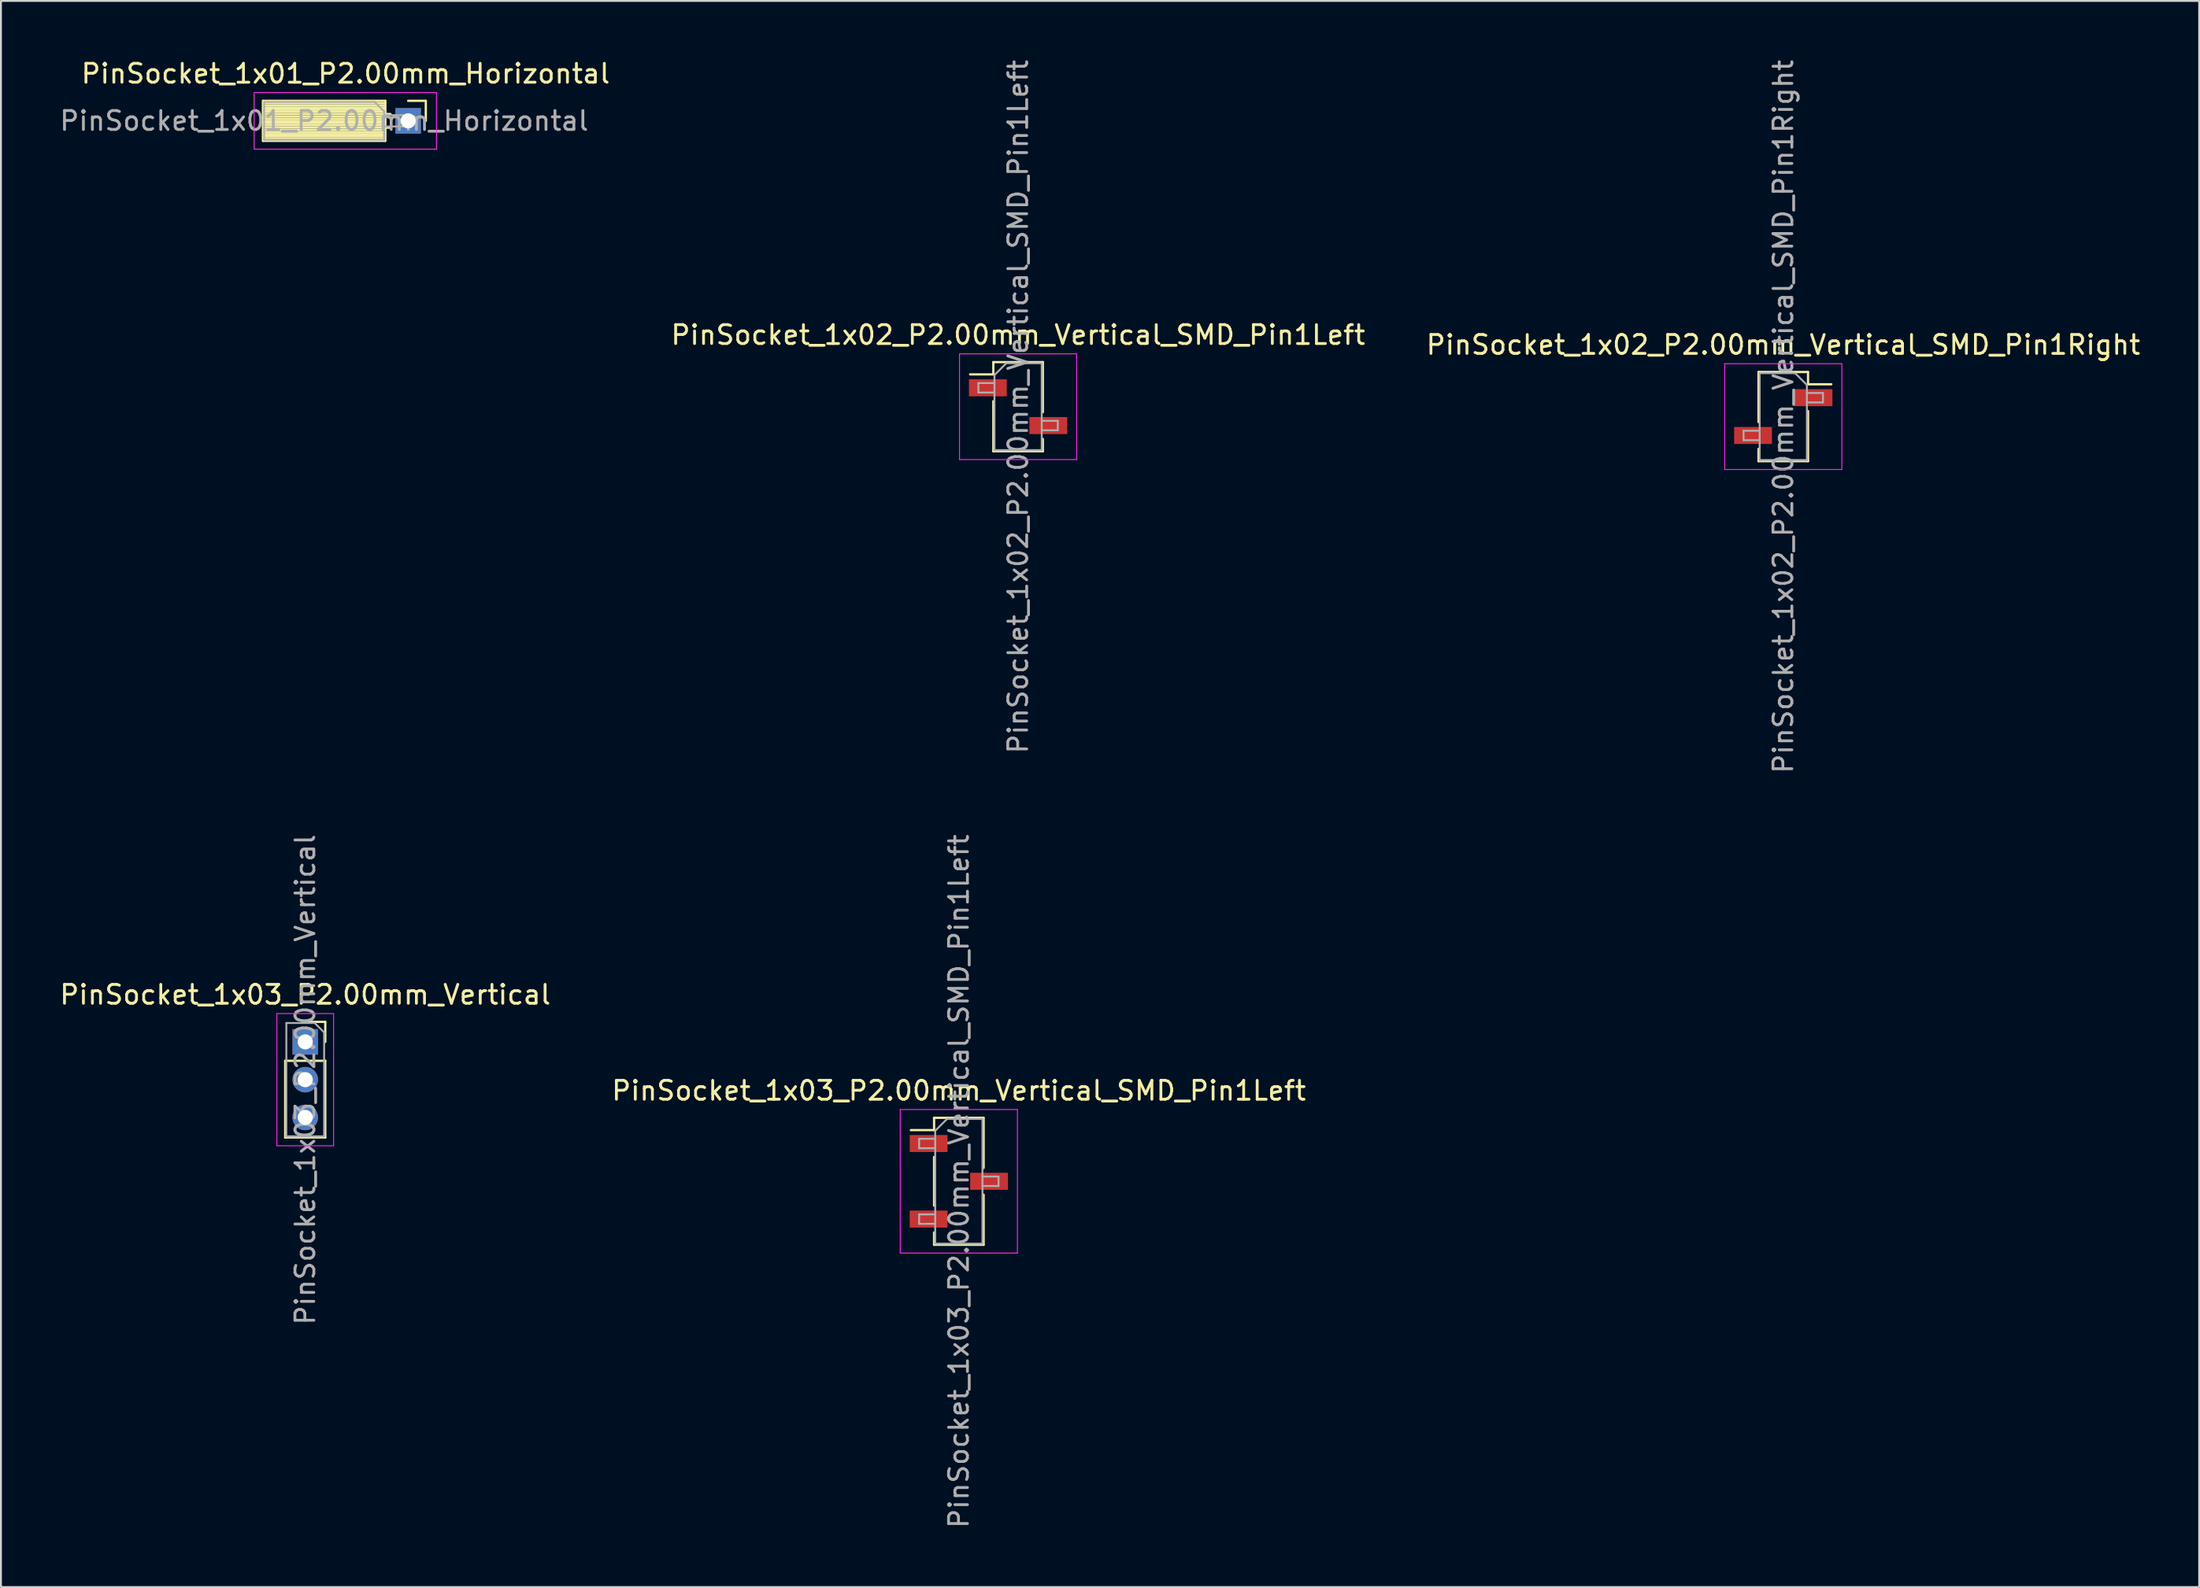
<source format=kicad_pcb>
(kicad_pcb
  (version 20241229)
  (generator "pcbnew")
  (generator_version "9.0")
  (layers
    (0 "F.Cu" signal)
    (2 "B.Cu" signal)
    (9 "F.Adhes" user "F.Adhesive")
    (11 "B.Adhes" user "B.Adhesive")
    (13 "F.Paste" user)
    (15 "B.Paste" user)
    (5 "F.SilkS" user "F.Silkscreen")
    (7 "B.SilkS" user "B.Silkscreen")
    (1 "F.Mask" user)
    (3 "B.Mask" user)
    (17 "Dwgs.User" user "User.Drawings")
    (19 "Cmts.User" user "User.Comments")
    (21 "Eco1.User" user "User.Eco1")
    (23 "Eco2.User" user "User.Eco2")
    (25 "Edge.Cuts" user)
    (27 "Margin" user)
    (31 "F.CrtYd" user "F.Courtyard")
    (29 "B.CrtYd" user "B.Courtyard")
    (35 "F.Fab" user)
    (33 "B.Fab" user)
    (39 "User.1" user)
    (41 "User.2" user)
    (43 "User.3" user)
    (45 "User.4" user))
  (footprint "PinSocket_1x03_P2.00mm_Vertical_SMD_Pin1Left"
    (layer "F.Cu")
    (at 47.685 59.494)
    (property "Reference" "PinSocket_1x03_P2.00mm_Vertical_SMD_Pin1Left" (at 0 -4.8 0) (layer "F.SilkS") (effects (font (size 1 1) (thickness 0.15))))
    (attr smd)
    (fp_line (start -2.54 -2.71) (end -1.31 -2.71) (stroke (width 0.12) (type solid)) (layer "F.SilkS"))
    (fp_line (start -1.31 -3.36) (end -1.31 -2.71) (stroke (width 0.12) (type solid)) (layer "F.SilkS"))
    (fp_line (start -1.31 -3.36) (end 1.31 -3.36) (stroke (width 0.12) (type solid)) (layer "F.SilkS"))
    (fp_line (start -1.31 -1.29) (end -1.31 1.29) (stroke (width 0.12) (type solid)) (layer "F.SilkS"))
    (fp_line (start -1.31 2.71) (end -1.31 3.36) (stroke (width 0.12) (type solid)) (layer "F.SilkS"))
    (fp_line (start -1.31 3.36) (end 1.31 3.36) (stroke (width 0.12) (type solid)) (layer "F.SilkS"))
    (fp_line (start 1.31 -3.36) (end 1.31 -0.71) (stroke (width 0.12) (type solid)) (layer "F.SilkS"))
    (fp_line (start 1.31 0.71) (end 1.31 3.36) (stroke (width 0.12) (type solid)) (layer "F.SilkS"))
    (fp_line (start -3.1 -3.8) (end 3.1 -3.8) (stroke (width 0.05) (type solid)) (layer "F.CrtYd"))
    (fp_line (start -3.1 3.8) (end -3.1 -3.8) (stroke (width 0.05) (type solid)) (layer "F.CrtYd"))
    (fp_line (start 3.1 -3.8) (end 3.1 3.8) (stroke (width 0.05) (type solid)) (layer "F.CrtYd"))
    (fp_line (start 3.1 3.8) (end -3.1 3.8) (stroke (width 0.05) (type solid)) (layer "F.CrtYd"))
    (fp_line (start -2.1 -2.25) (end -1.25 -2.25) (stroke (width 0.1) (type solid)) (layer "F.Fab"))
    (fp_line (start -2.1 -1.75) (end -2.1 -2.25) (stroke (width 0.1) (type solid)) (layer "F.Fab"))
    (fp_line (start -2.1 1.75) (end -1.25 1.75) (stroke (width 0.1) (type solid)) (layer "F.Fab"))
    (fp_line (start -2.1 2.25) (end -2.1 1.75) (stroke (width 0.1) (type solid)) (layer "F.Fab"))
    (fp_line (start -1.25 -2.675) (end -0.625 -3.3) (stroke (width 0.1) (type solid)) (layer "F.Fab"))
    (fp_line (start -1.25 -1.75) (end -2.1 -1.75) (stroke (width 0.1) (type solid)) (layer "F.Fab"))
    (fp_line (start -1.25 2.25) (end -2.1 2.25) (stroke (width 0.1) (type solid)) (layer "F.Fab"))
    (fp_line (start -1.25 3.3) (end -1.25 -2.675) (stroke (width 0.1) (type solid)) (layer "F.Fab"))
    (fp_line (start -0.625 -3.3) (end 1.25 -3.3) (stroke (width 0.1) (type solid)) (layer "F.Fab"))
    (fp_line (start 1.25 -3.3) (end 1.25 3.3) (stroke (width 0.1) (type solid)) (layer "F.Fab"))
    (fp_line (start 1.25 -0.25) (end 2.1 -0.25) (stroke (width 0.1) (type solid)) (layer "F.Fab"))
    (fp_line (start 1.25 3.3) (end -1.25 3.3) (stroke (width 0.1) (type solid)) (layer "F.Fab"))
    (fp_line (start 2.1 -0.25) (end 2.1 0.25) (stroke (width 0.1) (type solid)) (layer "F.Fab"))
    (fp_line (start 2.1 0.25) (end 1.25 0.25) (stroke (width 0.1) (type solid)) (layer "F.Fab"))
    (fp_text user "${REFERENCE}" (at 0 0 90) (layer "F.Fab") (effects (font (size 1 1) (thickness 0.15))))
    (pad "1" smd rect (at -1.6 -2) (size 2 0.9) (layers "F.Cu" "F.Mask" "F.Paste"))
    (pad "2" smd rect (at 1.6 0) (size 2 0.9) (layers "F.Cu" "F.Mask" "F.Paste"))
    (pad "3" smd rect (at -1.6 2) (size 2 0.9) (layers "F.Cu" "F.Mask" "F.Paste")))
  (footprint "PinSocket_1x02_P2.00mm_Vertical_SMD_Pin1Right"
    (layer "F.Cu")
    (at 91.308 19.006)
    (property "Reference" "PinSocket_1x02_P2.00mm_Vertical_SMD_Pin1Right" (at 0 -3.8 0) (layer "F.SilkS") (effects (font (size 1 1) (thickness 0.15))))
    (attr smd)
    (fp_line (start -1.31 -2.36) (end -1.31 0.29) (stroke (width 0.12) (type solid)) (layer "F.SilkS"))
    (fp_line (start -1.31 -2.36) (end 1.31 -2.36) (stroke (width 0.12) (type solid)) (layer "F.SilkS"))
    (fp_line (start -1.31 1.71) (end -1.31 2.36) (stroke (width 0.12) (type solid)) (layer "F.SilkS"))
    (fp_line (start -1.31 2.36) (end 1.31 2.36) (stroke (width 0.12) (type solid)) (layer "F.SilkS"))
    (fp_line (start 1.31 -2.36) (end 1.31 -1.71) (stroke (width 0.12) (type solid)) (layer "F.SilkS"))
    (fp_line (start 1.31 -1.71) (end 2.54 -1.71) (stroke (width 0.12) (type solid)) (layer "F.SilkS"))
    (fp_line (start 1.31 -0.29) (end 1.31 2.36) (stroke (width 0.12) (type solid)) (layer "F.SilkS"))
    (fp_line (start -3.1 -2.8) (end 3.1 -2.8) (stroke (width 0.05) (type solid)) (layer "F.CrtYd"))
    (fp_line (start -3.1 2.8) (end -3.1 -2.8) (stroke (width 0.05) (type solid)) (layer "F.CrtYd"))
    (fp_line (start 3.1 -2.8) (end 3.1 2.8) (stroke (width 0.05) (type solid)) (layer "F.CrtYd"))
    (fp_line (start 3.1 2.8) (end -3.1 2.8) (stroke (width 0.05) (type solid)) (layer "F.CrtYd"))
    (fp_line (start -2.1 0.75) (end -1.25 0.75) (stroke (width 0.1) (type solid)) (layer "F.Fab"))
    (fp_line (start -2.1 1.25) (end -2.1 0.75) (stroke (width 0.1) (type solid)) (layer "F.Fab"))
    (fp_line (start -1.25 -2.3) (end 0.625 -2.3) (stroke (width 0.1) (type solid)) (layer "F.Fab"))
    (fp_line (start -1.25 1.25) (end -2.1 1.25) (stroke (width 0.1) (type solid)) (layer "F.Fab"))
    (fp_line (start -1.25 2.3) (end -1.25 -2.3) (stroke (width 0.1) (type solid)) (layer "F.Fab"))
    (fp_line (start 0.625 -2.3) (end 1.25 -1.675) (stroke (width 0.1) (type solid)) (layer "F.Fab"))
    (fp_line (start 1.25 -1.675) (end 1.25 2.3) (stroke (width 0.1) (type solid)) (layer "F.Fab"))
    (fp_line (start 1.25 -1.25) (end 2.1 -1.25) (stroke (width 0.1) (type solid)) (layer "F.Fab"))
    (fp_line (start 1.25 2.3) (end -1.25 2.3) (stroke (width 0.1) (type solid)) (layer "F.Fab"))
    (fp_line (start 2.1 -1.25) (end 2.1 -0.75) (stroke (width 0.1) (type solid)) (layer "F.Fab"))
    (fp_line (start 2.1 -0.75) (end 1.25 -0.75) (stroke (width 0.1) (type solid)) (layer "F.Fab"))
    (fp_text user "${REFERENCE}" (at 0 0 90) (layer "F.Fab") (effects (font (size 1 1) (thickness 0.15))))
    (pad "1" smd rect (at 1.6 -1) (size 2 0.9) (layers "F.Cu" "F.Mask" "F.Paste"))
    (pad "2" smd rect (at -1.6 1) (size 2 0.9) (layers "F.Cu" "F.Mask" "F.Paste")))
  (footprint "PinSocket_1x02_P2.00mm_Vertical_SMD_Pin1Left"
    (layer "F.Cu")
    (at 50.82 18.482)
    (property "Reference" "PinSocket_1x02_P2.00mm_Vertical_SMD_Pin1Left" (at 0 -3.8 0) (layer "F.SilkS") (effects (font (size 1 1) (thickness 0.15))))
    (attr smd)
    (fp_line (start -2.54 -1.71) (end -1.31 -1.71) (stroke (width 0.12) (type solid)) (layer "F.SilkS"))
    (fp_line (start -1.31 -2.36) (end -1.31 -1.71) (stroke (width 0.12) (type solid)) (layer "F.SilkS"))
    (fp_line (start -1.31 -2.36) (end 1.31 -2.36) (stroke (width 0.12) (type solid)) (layer "F.SilkS"))
    (fp_line (start -1.31 -0.29) (end -1.31 2.36) (stroke (width 0.12) (type solid)) (layer "F.SilkS"))
    (fp_line (start -1.31 2.36) (end 1.31 2.36) (stroke (width 0.12) (type solid)) (layer "F.SilkS"))
    (fp_line (start 1.31 -2.36) (end 1.31 0.29) (stroke (width 0.12) (type solid)) (layer "F.SilkS"))
    (fp_line (start 1.31 1.71) (end 1.31 2.36) (stroke (width 0.12) (type solid)) (layer "F.SilkS"))
    (fp_line (start -3.1 -2.8) (end 3.1 -2.8) (stroke (width 0.05) (type solid)) (layer "F.CrtYd"))
    (fp_line (start -3.1 2.8) (end -3.1 -2.8) (stroke (width 0.05) (type solid)) (layer "F.CrtYd"))
    (fp_line (start 3.1 -2.8) (end 3.1 2.8) (stroke (width 0.05) (type solid)) (layer "F.CrtYd"))
    (fp_line (start 3.1 2.8) (end -3.1 2.8) (stroke (width 0.05) (type solid)) (layer "F.CrtYd"))
    (fp_line (start -2.1 -1.25) (end -1.25 -1.25) (stroke (width 0.1) (type solid)) (layer "F.Fab"))
    (fp_line (start -2.1 -0.75) (end -2.1 -1.25) (stroke (width 0.1) (type solid)) (layer "F.Fab"))
    (fp_line (start -1.25 -1.675) (end -0.625 -2.3) (stroke (width 0.1) (type solid)) (layer "F.Fab"))
    (fp_line (start -1.25 -0.75) (end -2.1 -0.75) (stroke (width 0.1) (type solid)) (layer "F.Fab"))
    (fp_line (start -1.25 2.3) (end -1.25 -1.675) (stroke (width 0.1) (type solid)) (layer "F.Fab"))
    (fp_line (start -0.625 -2.3) (end 1.25 -2.3) (stroke (width 0.1) (type solid)) (layer "F.Fab"))
    (fp_line (start 1.25 -2.3) (end 1.25 2.3) (stroke (width 0.1) (type solid)) (layer "F.Fab"))
    (fp_line (start 1.25 0.75) (end 2.1 0.75) (stroke (width 0.1) (type solid)) (layer "F.Fab"))
    (fp_line (start 1.25 2.3) (end -1.25 2.3) (stroke (width 0.1) (type solid)) (layer "F.Fab"))
    (fp_line (start 2.1 0.75) (end 2.1 1.25) (stroke (width 0.1) (type solid)) (layer "F.Fab"))
    (fp_line (start 2.1 1.25) (end 1.25 1.25) (stroke (width 0.1) (type solid)) (layer "F.Fab"))
    (fp_text user "${REFERENCE}" (at 0 0 90) (layer "F.Fab") (effects (font (size 1 1) (thickness 0.15))))
    (pad "1" smd rect (at -1.6 -1) (size 2 0.9) (layers "F.Cu" "F.Mask" "F.Paste"))
    (pad "2" smd rect (at 1.6 1) (size 2 0.9) (layers "F.Cu" "F.Mask" "F.Paste")))
  (footprint "PinSocket_1x01_P2.00mm_Horizontal"
    (layer "F.Cu")
    (at 18.546 3.348)
    (property "Reference" "PinSocket_1x01_P2.00mm_Horizontal" (at -3.31 -2.5 0) (layer "F.SilkS") (effects (font (size 1 1) (thickness 0.15))))
    (attr through_hole)
    (fp_line (start -7.68 -1.06) (end -7.68 1.06) (stroke (width 0.12) (type solid)) (layer "F.SilkS"))
    (fp_line (start -7.68 -1.06) (end -1.21 -1.06) (stroke (width 0.12) (type solid)) (layer "F.SilkS"))
    (fp_line (start -7.68 -0.94) (end -1.21 -0.94) (stroke (width 0.12) (type solid)) (layer "F.SilkS"))
    (fp_line (start -7.68 -0.822) (end -1.21 -0.822) (stroke (width 0.12) (type solid)) (layer "F.SilkS"))
    (fp_line (start -7.68 -0.705) (end -1.21 -0.705) (stroke (width 0.12) (type solid)) (layer "F.SilkS"))
    (fp_line (start -7.68 -0.587) (end -1.21 -0.587) (stroke (width 0.12) (type solid)) (layer "F.SilkS"))
    (fp_line (start -7.68 -0.469) (end -1.21 -0.469) (stroke (width 0.12) (type solid)) (layer "F.SilkS"))
    (fp_line (start -7.68 -0.352) (end -1.21 -0.352) (stroke (width 0.12) (type solid)) (layer "F.SilkS"))
    (fp_line (start -7.68 -0.234) (end -1.21 -0.234) (stroke (width 0.12) (type solid)) (layer "F.SilkS"))
    (fp_line (start -7.68 -0.116) (end -1.21 -0.116) (stroke (width 0.12) (type solid)) (layer "F.SilkS"))
    (fp_line (start -7.68 0.001) (end -1.21 0.001) (stroke (width 0.12) (type solid)) (layer "F.SilkS"))
    (fp_line (start -7.68 0.119) (end -1.21 0.119) (stroke (width 0.12) (type solid)) (layer "F.SilkS"))
    (fp_line (start -7.68 0.236) (end -1.21 0.236) (stroke (width 0.12) (type solid)) (layer "F.SilkS"))
    (fp_line (start -7.68 0.354) (end -1.21 0.354) (stroke (width 0.12) (type solid)) (layer "F.SilkS"))
    (fp_line (start -7.68 0.472) (end -1.21 0.472) (stroke (width 0.12) (type solid)) (layer "F.SilkS"))
    (fp_line (start -7.68 0.589) (end -1.21 0.589) (stroke (width 0.12) (type solid)) (layer "F.SilkS"))
    (fp_line (start -7.68 0.707) (end -1.21 0.707) (stroke (width 0.12) (type solid)) (layer "F.SilkS"))
    (fp_line (start -7.68 0.825) (end -1.21 0.825) (stroke (width 0.12) (type solid)) (layer "F.SilkS"))
    (fp_line (start -7.68 0.942) (end -1.21 0.942) (stroke (width 0.12) (type solid)) (layer "F.SilkS"))
    (fp_line (start -7.68 1.06) (end -1.21 1.06) (stroke (width 0.12) (type solid)) (layer "F.SilkS"))
    (fp_line (start -1.21 -1.06) (end -1.21 1.06) (stroke (width 0.12) (type solid)) (layer "F.SilkS"))
    (fp_line (start -1.21 -0.36) (end -0.935 -0.36) (stroke (width 0.12) (type solid)) (layer "F.SilkS"))
    (fp_line (start -1.21 0.36) (end -0.935 0.36) (stroke (width 0.12) (type solid)) (layer "F.SilkS"))
    (fp_line (start 0 -1.06) (end 0.935 -1.06) (stroke (width 0.12) (type solid)) (layer "F.SilkS"))
    (fp_line (start 0.935 -1.06) (end 0.935 0) (stroke (width 0.12) (type solid)) (layer "F.SilkS"))
    (fp_line (start -8.15 -1.5) (end -8.15 1.5) (stroke (width 0.05) (type solid)) (layer "F.CrtYd"))
    (fp_line (start -8.15 1.5) (end 1.5 1.5) (stroke (width 0.05) (type solid)) (layer "F.CrtYd"))
    (fp_line (start 1.5 -1.5) (end -8.15 -1.5) (stroke (width 0.05) (type solid)) (layer "F.CrtYd"))
    (fp_line (start 1.5 1.5) (end 1.5 -1.5) (stroke (width 0.05) (type solid)) (layer "F.CrtYd"))
    (fp_line (start -7.62 -1) (end -1.77 -1) (stroke (width 0.1) (type solid)) (layer "F.Fab"))
    (fp_line (start -7.62 1) (end -7.62 -1) (stroke (width 0.1) (type solid)) (layer "F.Fab"))
    (fp_line (start -1.77 -1) (end -1.27 -0.5) (stroke (width 0.1) (type solid)) (layer "F.Fab"))
    (fp_line (start -1.27 -0.5) (end -1.27 1) (stroke (width 0.1) (type solid)) (layer "F.Fab"))
    (fp_line (start -1.27 0.3) (end 0 0.3) (stroke (width 0.1) (type solid)) (layer "F.Fab"))
    (fp_line (start -1.27 1) (end -7.62 1) (stroke (width 0.1) (type solid)) (layer "F.Fab"))
    (fp_line (start 0 -0.3) (end -1.27 -0.3) (stroke (width 0.1) (type solid)) (layer "F.Fab"))
    (fp_line (start 0 0.3) (end 0 -0.3) (stroke (width 0.1) (type solid)) (layer "F.Fab"))
    (fp_text user "${REFERENCE}" (at -4.445 0 0) (layer "F.Fab") (effects (font (size 1 1) (thickness 0.15))))
    (pad "1" thru_hole rect (at 0 0) (size 1.35 1.35) (drill 0.8) (layers "*.Cu" "*.Mask")))
  (footprint "PinSocket_1x03_P2.00mm_Vertical"
    (layer "F.Cu")
    (at 13.101 52.113)
    (property "Reference" "PinSocket_1x03_P2.00mm_Vertical" (at 0 -2.5 0) (layer "F.SilkS") (effects (font (size 1 1) (thickness 0.15))))
    (attr through_hole)
    (fp_line (start -1.06 1) (end -1.06 5.06) (stroke (width 0.12) (type solid)) (layer "F.SilkS"))
    (fp_line (start -1.06 1) (end 1.06 1) (stroke (width 0.12) (type solid)) (layer "F.SilkS"))
    (fp_line (start -1.06 5.06) (end 1.06 5.06) (stroke (width 0.12) (type solid)) (layer "F.SilkS"))
    (fp_line (start 0 -1.06) (end 1.06 -1.06) (stroke (width 0.12) (type solid)) (layer "F.SilkS"))
    (fp_line (start 1.06 -1.06) (end 1.06 0) (stroke (width 0.12) (type solid)) (layer "F.SilkS"))
    (fp_line (start 1.06 1) (end 1.06 5.06) (stroke (width 0.12) (type solid)) (layer "F.SilkS"))
    (fp_line (start -1.5 -1.5) (end 1.5 -1.5) (stroke (width 0.05) (type solid)) (layer "F.CrtYd"))
    (fp_line (start -1.5 5.5) (end -1.5 -1.5) (stroke (width 0.05) (type solid)) (layer "F.CrtYd"))
    (fp_line (start 1.5 -1.5) (end 1.5 5.5) (stroke (width 0.05) (type solid)) (layer "F.CrtYd"))
    (fp_line (start 1.5 5.5) (end -1.5 5.5) (stroke (width 0.05) (type solid)) (layer "F.CrtYd"))
    (fp_line (start -1 -1) (end 0.5 -1) (stroke (width 0.1) (type solid)) (layer "F.Fab"))
    (fp_line (start -1 5) (end -1 -1) (stroke (width 0.1) (type solid)) (layer "F.Fab"))
    (fp_line (start 0.5 -1) (end 1 -0.5) (stroke (width 0.1) (type solid)) (layer "F.Fab"))
    (fp_line (start 1 -0.5) (end 1 5) (stroke (width 0.1) (type solid)) (layer "F.Fab"))
    (fp_line (start 1 5) (end -1 5) (stroke (width 0.1) (type solid)) (layer "F.Fab"))
    (fp_text user "${REFERENCE}" (at 0 2 90) (layer "F.Fab") (effects (font (size 1 1) (thickness 0.15))))
    (pad "1" thru_hole rect (at 0 0) (size 1.35 1.35) (drill 0.8) (layers "*.Cu" "*.Mask"))
    (pad "2" thru_hole oval (at 0 2) (size 1.35 1.35) (drill 0.8) (layers "*.Cu" "*.Mask"))
    (pad "3" thru_hole oval (at 0 4) (size 1.35 1.35) (drill 0.8) (layers "*.Cu" "*.Mask")))
  (gr_rect
    (start -3 -3)
    (end 113.314 80.976)
    (stroke (width 0.1) (type default))
    (fill no)
    (layer "Edge.Cuts")))
</source>
